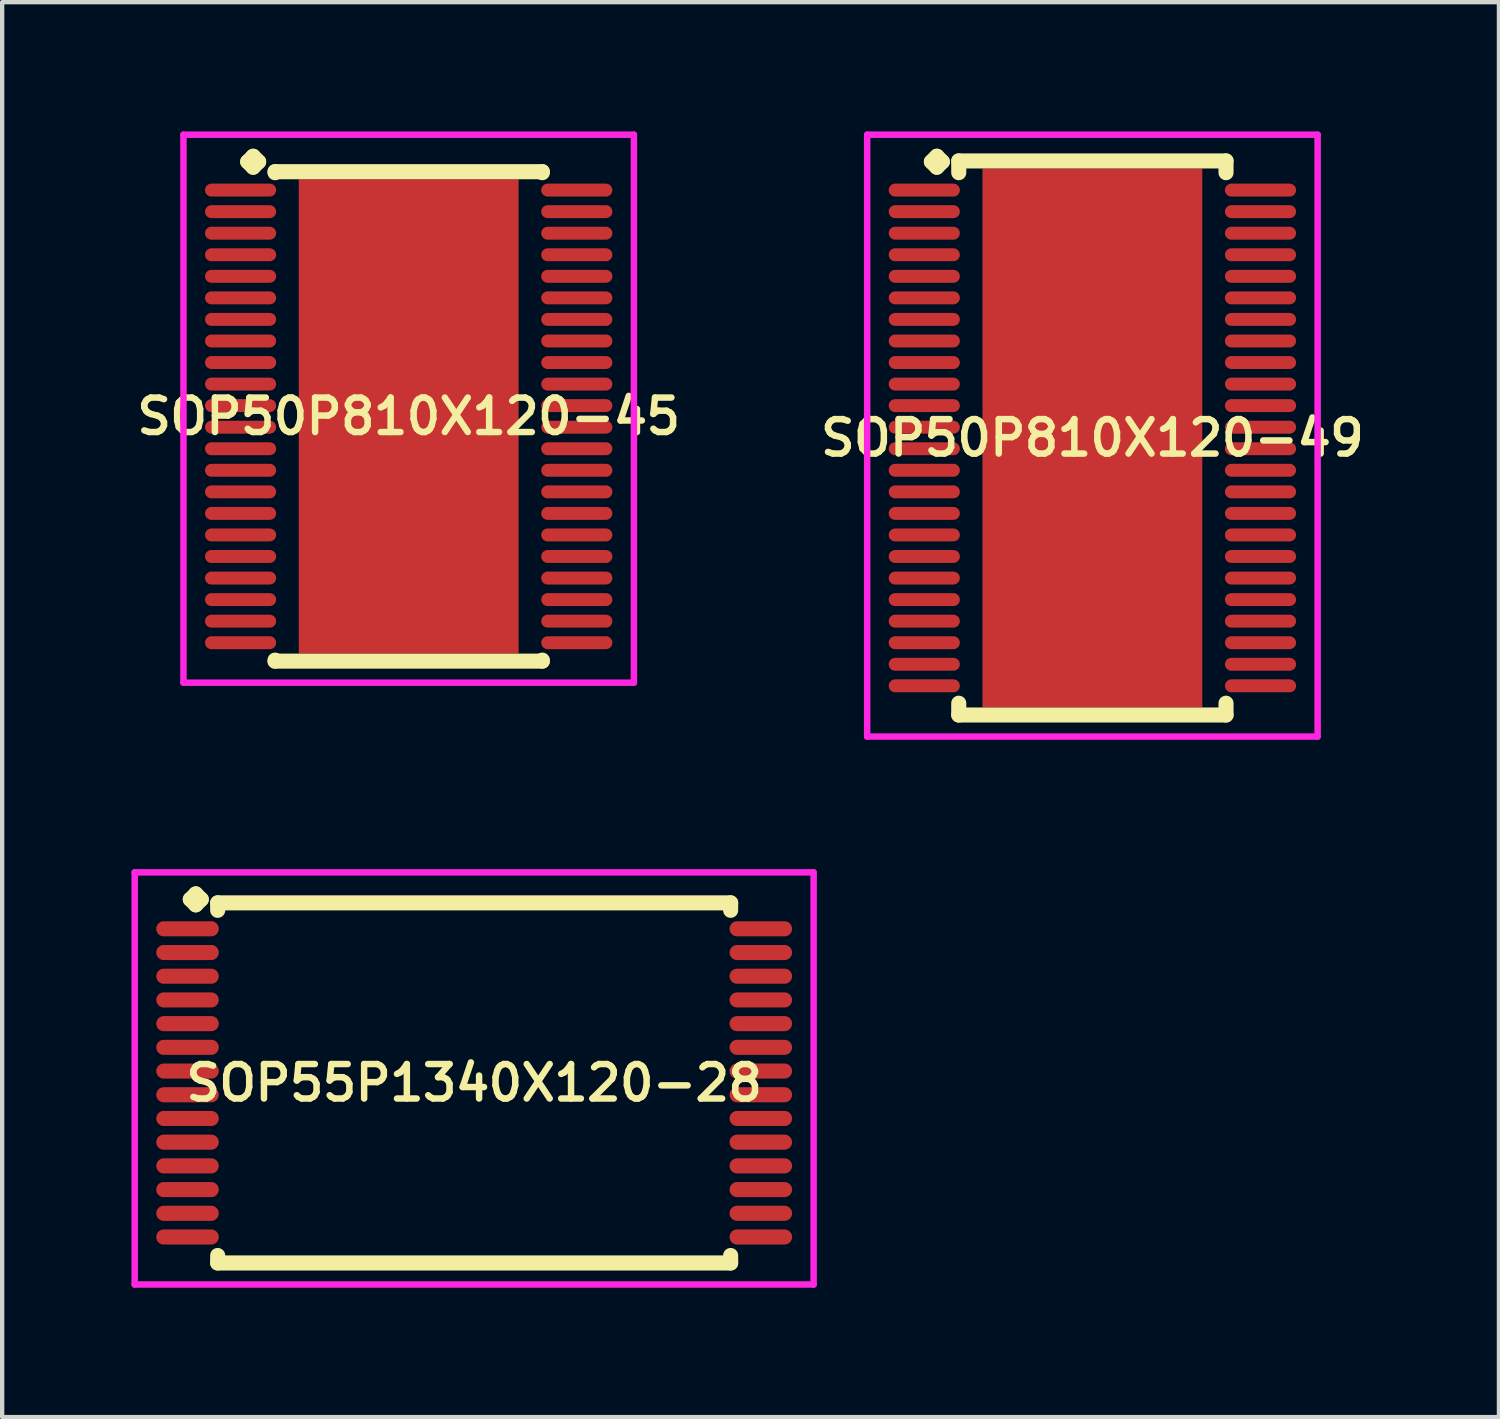
<source format=kicad_pcb>
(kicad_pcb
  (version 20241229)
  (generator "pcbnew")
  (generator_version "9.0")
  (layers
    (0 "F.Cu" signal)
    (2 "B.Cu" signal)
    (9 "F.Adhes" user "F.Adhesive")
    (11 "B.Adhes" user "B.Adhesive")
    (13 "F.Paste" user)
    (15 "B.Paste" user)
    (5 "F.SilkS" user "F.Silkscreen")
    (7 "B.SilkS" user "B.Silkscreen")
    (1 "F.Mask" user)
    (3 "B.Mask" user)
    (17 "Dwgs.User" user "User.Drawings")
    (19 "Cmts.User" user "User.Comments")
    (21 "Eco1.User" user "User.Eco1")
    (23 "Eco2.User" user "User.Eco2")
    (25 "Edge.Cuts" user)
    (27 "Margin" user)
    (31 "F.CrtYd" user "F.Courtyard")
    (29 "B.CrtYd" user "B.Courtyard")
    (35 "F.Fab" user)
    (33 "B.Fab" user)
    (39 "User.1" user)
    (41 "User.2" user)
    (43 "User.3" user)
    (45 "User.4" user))
  (footprint "SOP50P810X120-45"
    (layer "F.Cu")
    (at 6.431 6.61)
    (property "Reference" "SOP50P810X120-45" (at 0 0 0) (layer "F.SilkS") (effects (font (size 0.8 0.8) (thickness 0.15))))
    (attr smd)
    (fp_line (start -3.735 -5.908) (end -3.608 -6.035) (stroke (width 0.35) (type solid)) (layer "F.SilkS"))
    (fp_line (start -3.608 -6.035) (end -3.481 -5.908) (stroke (width 0.35) (type solid)) (layer "F.SilkS"))
    (fp_line (start -3.608 -5.781) (end -3.735 -5.908) (stroke (width 0.35) (type solid)) (layer "F.SilkS"))
    (fp_line (start -3.481 -5.908) (end -3.608 -5.781) (stroke (width 0.35) (type solid)) (layer "F.SilkS"))
    (fp_line (start -3.1 -5.677) (end 3.1 -5.677) (stroke (width 0.35) (type solid)) (layer "F.SilkS"))
    (fp_line (start -3.1 -5.654) (end -3.1 -5.677) (stroke (width 0.35) (type solid)) (layer "F.SilkS"))
    (fp_line (start -3.1 5.654) (end -3.1 5.677) (stroke (width 0.35) (type solid)) (layer "F.SilkS"))
    (fp_line (start -3.1 5.677) (end 3.1 5.677) (stroke (width 0.35) (type solid)) (layer "F.SilkS"))
    (fp_line (start 3.1 -5.677) (end 3.1 -5.654) (stroke (width 0.35) (type solid)) (layer "F.SilkS"))
    (fp_line (start 3.1 5.677) (end 3.1 5.654) (stroke (width 0.35) (type solid)) (layer "F.SilkS"))
    (fp_line (start -5.225 -6.535) (end 5.225 -6.535) (stroke (width 0.15) (type solid)) (layer "F.CrtYd"))
    (fp_line (start -5.225 6.177) (end -5.225 -6.535) (stroke (width 0.15) (type solid)) (layer "F.CrtYd"))
    (fp_line (start 5.225 -6.535) (end 5.225 6.177) (stroke (width 0.15) (type solid)) (layer "F.CrtYd"))
    (fp_line (start 5.225 6.177) (end -5.225 6.177) (stroke (width 0.15) (type solid)) (layer "F.CrtYd"))
    (pad "1" smd oval (at -3.9 -5.25) (size 1.65 0.3) (layers "F.Cu" "F.Mask" "F.Paste"))
    (pad "2" smd oval (at -3.9 -4.75) (size 1.65 0.3) (layers "F.Cu" "F.Mask" "F.Paste"))
    (pad "3" smd oval (at -3.9 -4.25) (size 1.65 0.3) (layers "F.Cu" "F.Mask" "F.Paste"))
    (pad "4" smd oval (at -3.9 -3.75) (size 1.65 0.3) (layers "F.Cu" "F.Mask" "F.Paste"))
    (pad "5" smd oval (at -3.9 -3.25) (size 1.65 0.3) (layers "F.Cu" "F.Mask" "F.Paste"))
    (pad "6" smd oval (at -3.9 -2.75) (size 1.65 0.3) (layers "F.Cu" "F.Mask" "F.Paste"))
    (pad "7" smd oval (at -3.9 -2.25) (size 1.65 0.3) (layers "F.Cu" "F.Mask" "F.Paste"))
    (pad "8" smd oval (at -3.9 -1.75) (size 1.65 0.3) (layers "F.Cu" "F.Mask" "F.Paste"))
    (pad "9" smd oval (at -3.9 -1.25) (size 1.65 0.3) (layers "F.Cu" "F.Mask" "F.Paste"))
    (pad "10" smd oval (at -3.9 -0.75) (size 1.65 0.3) (layers "F.Cu" "F.Mask" "F.Paste"))
    (pad "11" smd oval (at -3.9 -0.25) (size 1.65 0.3) (layers "F.Cu" "F.Mask" "F.Paste"))
    (pad "12" smd oval (at -3.9 0.25) (size 1.65 0.3) (layers "F.Cu" "F.Mask" "F.Paste"))
    (pad "13" smd oval (at -3.9 0.75) (size 1.65 0.3) (layers "F.Cu" "F.Mask" "F.Paste"))
    (pad "14" smd oval (at -3.9 1.25) (size 1.65 0.3) (layers "F.Cu" "F.Mask" "F.Paste"))
    (pad "15" smd oval (at -3.9 1.75) (size 1.65 0.3) (layers "F.Cu" "F.Mask" "F.Paste"))
    (pad "16" smd oval (at -3.9 2.25) (size 1.65 0.3) (layers "F.Cu" "F.Mask" "F.Paste"))
    (pad "17" smd oval (at -3.9 2.75) (size 1.65 0.3) (layers "F.Cu" "F.Mask" "F.Paste"))
    (pad "18" smd oval (at -3.9 3.25) (size 1.65 0.3) (layers "F.Cu" "F.Mask" "F.Paste"))
    (pad "19" smd oval (at -3.9 3.75) (size 1.65 0.3) (layers "F.Cu" "F.Mask" "F.Paste"))
    (pad "20" smd oval (at -3.9 4.25) (size 1.65 0.3) (layers "F.Cu" "F.Mask" "F.Paste"))
    (pad "21" smd oval (at -3.9 4.75) (size 1.65 0.3) (layers "F.Cu" "F.Mask" "F.Paste"))
    (pad "22" smd oval (at -3.9 5.25) (size 1.65 0.3) (layers "F.Cu" "F.Mask" "F.Paste"))
    (pad "23" smd oval (at 3.9 5.25) (size 1.65 0.3) (layers "F.Cu" "F.Mask" "F.Paste"))
    (pad "24" smd oval (at 3.9 4.75) (size 1.65 0.3) (layers "F.Cu" "F.Mask" "F.Paste"))
    (pad "25" smd oval (at 3.9 4.25) (size 1.65 0.3) (layers "F.Cu" "F.Mask" "F.Paste"))
    (pad "26" smd oval (at 3.9 3.75) (size 1.65 0.3) (layers "F.Cu" "F.Mask" "F.Paste"))
    (pad "27" smd oval (at 3.9 3.25) (size 1.65 0.3) (layers "F.Cu" "F.Mask" "F.Paste"))
    (pad "28" smd oval (at 3.9 2.75) (size 1.65 0.3) (layers "F.Cu" "F.Mask" "F.Paste"))
    (pad "29" smd oval (at 3.9 2.25) (size 1.65 0.3) (layers "F.Cu" "F.Mask" "F.Paste"))
    (pad "30" smd oval (at 3.9 1.75) (size 1.65 0.3) (layers "F.Cu" "F.Mask" "F.Paste"))
    (pad "31" smd oval (at 3.9 1.25) (size 1.65 0.3) (layers "F.Cu" "F.Mask" "F.Paste"))
    (pad "32" smd oval (at 3.9 0.75) (size 1.65 0.3) (layers "F.Cu" "F.Mask" "F.Paste"))
    (pad "33" smd oval (at 3.9 0.25) (size 1.65 0.3) (layers "F.Cu" "F.Mask" "F.Paste"))
    (pad "34" smd oval (at 3.9 -0.25) (size 1.65 0.3) (layers "F.Cu" "F.Mask" "F.Paste"))
    (pad "35" smd oval (at 3.9 -0.75) (size 1.65 0.3) (layers "F.Cu" "F.Mask" "F.Paste"))
    (pad "36" smd oval (at 3.9 -1.25) (size 1.65 0.3) (layers "F.Cu" "F.Mask" "F.Paste"))
    (pad "37" smd oval (at 3.9 -1.75) (size 1.65 0.3) (layers "F.Cu" "F.Mask" "F.Paste"))
    (pad "38" smd oval (at 3.9 -2.25) (size 1.65 0.3) (layers "F.Cu" "F.Mask" "F.Paste"))
    (pad "39" smd oval (at 3.9 -2.75) (size 1.65 0.3) (layers "F.Cu" "F.Mask" "F.Paste"))
    (pad "40" smd oval (at 3.9 -3.25) (size 1.65 0.3) (layers "F.Cu" "F.Mask" "F.Paste"))
    (pad "41" smd oval (at 3.9 -3.75) (size 1.65 0.3) (layers "F.Cu" "F.Mask" "F.Paste"))
    (pad "42" smd oval (at 3.9 -4.25) (size 1.65 0.3) (layers "F.Cu" "F.Mask" "F.Paste"))
    (pad "43" smd oval (at 3.9 -4.75) (size 1.65 0.3) (layers "F.Cu" "F.Mask" "F.Paste"))
    (pad "44" smd oval (at 3.9 -5.25) (size 1.65 0.3) (layers "F.Cu" "F.Mask" "F.Paste"))
    (pad "45" smd rect (at 0 0) (size 5.1 11) (layers "F.Cu" "F.Mask" "F.Paste")))
  (footprint "SOP55P1340X120-28"
    (layer "F.Cu")
    (at 7.95 22.072)
    (property "Reference" "SOP55P1340X120-28" (at 0 0 0) (layer "F.SilkS") (effects (font (size 0.8 0.8) (thickness 0.15))))
    (attr smd)
    (fp_line (start -6.585 -4.258) (end -6.458 -4.385) (stroke (width 0.35) (type solid)) (layer "F.SilkS"))
    (fp_line (start -6.458 -4.385) (end -6.331 -4.258) (stroke (width 0.35) (type solid)) (layer "F.SilkS"))
    (fp_line (start -6.458 -4.131) (end -6.585 -4.258) (stroke (width 0.35) (type solid)) (layer "F.SilkS"))
    (fp_line (start -6.331 -4.258) (end -6.458 -4.131) (stroke (width 0.35) (type solid)) (layer "F.SilkS"))
    (fp_line (start -5.95 -4.177) (end 5.95 -4.177) (stroke (width 0.35) (type solid)) (layer "F.SilkS"))
    (fp_line (start -5.95 -4.004) (end -5.95 -4.177) (stroke (width 0.35) (type solid)) (layer "F.SilkS"))
    (fp_line (start -5.95 4.004) (end -5.95 4.177) (stroke (width 0.35) (type solid)) (layer "F.SilkS"))
    (fp_line (start -5.95 4.177) (end 5.95 4.177) (stroke (width 0.35) (type solid)) (layer "F.SilkS"))
    (fp_line (start 5.95 -4.177) (end 5.95 -4.004) (stroke (width 0.35) (type solid)) (layer "F.SilkS"))
    (fp_line (start 5.95 4.177) (end 5.95 4.004) (stroke (width 0.35) (type solid)) (layer "F.SilkS"))
    (fp_line (start -7.875 -4.885) (end 7.875 -4.885) (stroke (width 0.15) (type solid)) (layer "F.CrtYd"))
    (fp_line (start -7.875 4.677) (end -7.875 -4.885) (stroke (width 0.15) (type solid)) (layer "F.CrtYd"))
    (fp_line (start 7.875 -4.885) (end 7.875 4.677) (stroke (width 0.15) (type solid)) (layer "F.CrtYd"))
    (fp_line (start 7.875 4.677) (end -7.875 4.677) (stroke (width 0.15) (type solid)) (layer "F.CrtYd"))
    (pad "1" smd oval (at -6.65 -3.575) (size 1.45 0.35) (layers "F.Cu" "F.Mask" "F.Paste"))
    (pad "2" smd oval (at -6.65 -3.025) (size 1.45 0.35) (layers "F.Cu" "F.Mask" "F.Paste"))
    (pad "3" smd oval (at -6.65 -2.475) (size 1.45 0.35) (layers "F.Cu" "F.Mask" "F.Paste"))
    (pad "4" smd oval (at -6.65 -1.925) (size 1.45 0.35) (layers "F.Cu" "F.Mask" "F.Paste"))
    (pad "5" smd oval (at -6.65 -1.375) (size 1.45 0.35) (layers "F.Cu" "F.Mask" "F.Paste"))
    (pad "6" smd oval (at -6.65 -0.825) (size 1.45 0.35) (layers "F.Cu" "F.Mask" "F.Paste"))
    (pad "7" smd oval (at -6.65 -0.275) (size 1.45 0.35) (layers "F.Cu" "F.Mask" "F.Paste"))
    (pad "8" smd oval (at -6.65 0.275) (size 1.45 0.35) (layers "F.Cu" "F.Mask" "F.Paste"))
    (pad "9" smd oval (at -6.65 0.825) (size 1.45 0.35) (layers "F.Cu" "F.Mask" "F.Paste"))
    (pad "10" smd oval (at -6.65 1.375) (size 1.45 0.35) (layers "F.Cu" "F.Mask" "F.Paste"))
    (pad "11" smd oval (at -6.65 1.925) (size 1.45 0.35) (layers "F.Cu" "F.Mask" "F.Paste"))
    (pad "12" smd oval (at -6.65 2.475) (size 1.45 0.35) (layers "F.Cu" "F.Mask" "F.Paste"))
    (pad "13" smd oval (at -6.65 3.025) (size 1.45 0.35) (layers "F.Cu" "F.Mask" "F.Paste"))
    (pad "14" smd oval (at -6.65 3.575) (size 1.45 0.35) (layers "F.Cu" "F.Mask" "F.Paste"))
    (pad "15" smd oval (at 6.65 3.575) (size 1.45 0.35) (layers "F.Cu" "F.Mask" "F.Paste"))
    (pad "16" smd oval (at 6.65 3.025) (size 1.45 0.35) (layers "F.Cu" "F.Mask" "F.Paste"))
    (pad "17" smd oval (at 6.65 2.475) (size 1.45 0.35) (layers "F.Cu" "F.Mask" "F.Paste"))
    (pad "18" smd oval (at 6.65 1.925) (size 1.45 0.35) (layers "F.Cu" "F.Mask" "F.Paste"))
    (pad "19" smd oval (at 6.65 1.375) (size 1.45 0.35) (layers "F.Cu" "F.Mask" "F.Paste"))
    (pad "20" smd oval (at 6.65 0.825) (size 1.45 0.35) (layers "F.Cu" "F.Mask" "F.Paste"))
    (pad "21" smd oval (at 6.65 0.275) (size 1.45 0.35) (layers "F.Cu" "F.Mask" "F.Paste"))
    (pad "22" smd oval (at 6.65 -0.275) (size 1.45 0.35) (layers "F.Cu" "F.Mask" "F.Paste"))
    (pad "23" smd oval (at 6.65 -0.825) (size 1.45 0.35) (layers "F.Cu" "F.Mask" "F.Paste"))
    (pad "24" smd oval (at 6.65 -1.375) (size 1.45 0.35) (layers "F.Cu" "F.Mask" "F.Paste"))
    (pad "25" smd oval (at 6.65 -1.925) (size 1.45 0.35) (layers "F.Cu" "F.Mask" "F.Paste"))
    (pad "26" smd oval (at 6.65 -2.475) (size 1.45 0.35) (layers "F.Cu" "F.Mask" "F.Paste"))
    (pad "27" smd oval (at 6.65 -3.025) (size 1.45 0.35) (layers "F.Cu" "F.Mask" "F.Paste"))
    (pad "28" smd oval (at 6.65 -3.575) (size 1.45 0.35) (layers "F.Cu" "F.Mask" "F.Paste")))
  (footprint "SOP50P810X120-49"
    (layer "F.Cu")
    (at 22.292 7.11)
    (property "Reference" "SOP50P810X120-49" (at 0 0 0) (layer "F.SilkS") (effects (font (size 0.8 0.8) (thickness 0.15))))
    (attr smd)
    (fp_line (start -3.735 -6.408) (end -3.608 -6.535) (stroke (width 0.35) (type solid)) (layer "F.SilkS"))
    (fp_line (start -3.608 -6.535) (end -3.481 -6.408) (stroke (width 0.35) (type solid)) (layer "F.SilkS"))
    (fp_line (start -3.608 -6.281) (end -3.735 -6.408) (stroke (width 0.35) (type solid)) (layer "F.SilkS"))
    (fp_line (start -3.481 -6.408) (end -3.608 -6.281) (stroke (width 0.35) (type solid)) (layer "F.SilkS"))
    (fp_line (start -3.1 -6.427) (end 3.1 -6.427) (stroke (width 0.35) (type solid)) (layer "F.SilkS"))
    (fp_line (start -3.1 -6.154) (end -3.1 -6.427) (stroke (width 0.35) (type solid)) (layer "F.SilkS"))
    (fp_line (start -3.1 6.154) (end -3.1 6.427) (stroke (width 0.35) (type solid)) (layer "F.SilkS"))
    (fp_line (start -3.1 6.427) (end 3.1 6.427) (stroke (width 0.35) (type solid)) (layer "F.SilkS"))
    (fp_line (start 3.1 -6.427) (end 3.1 -6.154) (stroke (width 0.35) (type solid)) (layer "F.SilkS"))
    (fp_line (start 3.1 6.427) (end 3.1 6.154) (stroke (width 0.35) (type solid)) (layer "F.SilkS"))
    (fp_line (start -5.225 -7.035) (end 5.225 -7.035) (stroke (width 0.15) (type solid)) (layer "F.CrtYd"))
    (fp_line (start -5.225 6.927) (end -5.225 -7.035) (stroke (width 0.15) (type solid)) (layer "F.CrtYd"))
    (fp_line (start 5.225 -7.035) (end 5.225 6.927) (stroke (width 0.15) (type solid)) (layer "F.CrtYd"))
    (fp_line (start 5.225 6.927) (end -5.225 6.927) (stroke (width 0.15) (type solid)) (layer "F.CrtYd"))
    (pad "1" smd oval (at -3.9 -5.75) (size 1.65 0.3) (layers "F.Cu" "F.Mask" "F.Paste"))
    (pad "2" smd oval (at -3.9 -5.25) (size 1.65 0.3) (layers "F.Cu" "F.Mask" "F.Paste"))
    (pad "3" smd oval (at -3.9 -4.75) (size 1.65 0.3) (layers "F.Cu" "F.Mask" "F.Paste"))
    (pad "4" smd oval (at -3.9 -4.25) (size 1.65 0.3) (layers "F.Cu" "F.Mask" "F.Paste"))
    (pad "5" smd oval (at -3.9 -3.75) (size 1.65 0.3) (layers "F.Cu" "F.Mask" "F.Paste"))
    (pad "6" smd oval (at -3.9 -3.25) (size 1.65 0.3) (layers "F.Cu" "F.Mask" "F.Paste"))
    (pad "7" smd oval (at -3.9 -2.75) (size 1.65 0.3) (layers "F.Cu" "F.Mask" "F.Paste"))
    (pad "8" smd oval (at -3.9 -2.25) (size 1.65 0.3) (layers "F.Cu" "F.Mask" "F.Paste"))
    (pad "9" smd oval (at -3.9 -1.75) (size 1.65 0.3) (layers "F.Cu" "F.Mask" "F.Paste"))
    (pad "10" smd oval (at -3.9 -1.25) (size 1.65 0.3) (layers "F.Cu" "F.Mask" "F.Paste"))
    (pad "11" smd oval (at -3.9 -0.75) (size 1.65 0.3) (layers "F.Cu" "F.Mask" "F.Paste"))
    (pad "12" smd oval (at -3.9 -0.25) (size 1.65 0.3) (layers "F.Cu" "F.Mask" "F.Paste"))
    (pad "13" smd oval (at -3.9 0.25) (size 1.65 0.3) (layers "F.Cu" "F.Mask" "F.Paste"))
    (pad "14" smd oval (at -3.9 0.75) (size 1.65 0.3) (layers "F.Cu" "F.Mask" "F.Paste"))
    (pad "15" smd oval (at -3.9 1.25) (size 1.65 0.3) (layers "F.Cu" "F.Mask" "F.Paste"))
    (pad "16" smd oval (at -3.9 1.75) (size 1.65 0.3) (layers "F.Cu" "F.Mask" "F.Paste"))
    (pad "17" smd oval (at -3.9 2.25) (size 1.65 0.3) (layers "F.Cu" "F.Mask" "F.Paste"))
    (pad "18" smd oval (at -3.9 2.75) (size 1.65 0.3) (layers "F.Cu" "F.Mask" "F.Paste"))
    (pad "19" smd oval (at -3.9 3.25) (size 1.65 0.3) (layers "F.Cu" "F.Mask" "F.Paste"))
    (pad "20" smd oval (at -3.9 3.75) (size 1.65 0.3) (layers "F.Cu" "F.Mask" "F.Paste"))
    (pad "21" smd oval (at -3.9 4.25) (size 1.65 0.3) (layers "F.Cu" "F.Mask" "F.Paste"))
    (pad "22" smd oval (at -3.9 4.75) (size 1.65 0.3) (layers "F.Cu" "F.Mask" "F.Paste"))
    (pad "23" smd oval (at -3.9 5.25) (size 1.65 0.3) (layers "F.Cu" "F.Mask" "F.Paste"))
    (pad "24" smd oval (at -3.9 5.75) (size 1.65 0.3) (layers "F.Cu" "F.Mask" "F.Paste"))
    (pad "25" smd oval (at 3.9 5.75) (size 1.65 0.3) (layers "F.Cu" "F.Mask" "F.Paste"))
    (pad "26" smd oval (at 3.9 5.25) (size 1.65 0.3) (layers "F.Cu" "F.Mask" "F.Paste"))
    (pad "27" smd oval (at 3.9 4.75) (size 1.65 0.3) (layers "F.Cu" "F.Mask" "F.Paste"))
    (pad "28" smd oval (at 3.9 4.25) (size 1.65 0.3) (layers "F.Cu" "F.Mask" "F.Paste"))
    (pad "29" smd oval (at 3.9 3.75) (size 1.65 0.3) (layers "F.Cu" "F.Mask" "F.Paste"))
    (pad "30" smd oval (at 3.9 3.25) (size 1.65 0.3) (layers "F.Cu" "F.Mask" "F.Paste"))
    (pad "31" smd oval (at 3.9 2.75) (size 1.65 0.3) (layers "F.Cu" "F.Mask" "F.Paste"))
    (pad "32" smd oval (at 3.9 2.25) (size 1.65 0.3) (layers "F.Cu" "F.Mask" "F.Paste"))
    (pad "33" smd oval (at 3.9 1.75) (size 1.65 0.3) (layers "F.Cu" "F.Mask" "F.Paste"))
    (pad "34" smd oval (at 3.9 1.25) (size 1.65 0.3) (layers "F.Cu" "F.Mask" "F.Paste"))
    (pad "35" smd oval (at 3.9 0.75) (size 1.65 0.3) (layers "F.Cu" "F.Mask" "F.Paste"))
    (pad "36" smd oval (at 3.9 0.25) (size 1.65 0.3) (layers "F.Cu" "F.Mask" "F.Paste"))
    (pad "37" smd oval (at 3.9 -0.25) (size 1.65 0.3) (layers "F.Cu" "F.Mask" "F.Paste"))
    (pad "38" smd oval (at 3.9 -0.75) (size 1.65 0.3) (layers "F.Cu" "F.Mask" "F.Paste"))
    (pad "39" smd oval (at 3.9 -1.25) (size 1.65 0.3) (layers "F.Cu" "F.Mask" "F.Paste"))
    (pad "40" smd oval (at 3.9 -1.75) (size 1.65 0.3) (layers "F.Cu" "F.Mask" "F.Paste"))
    (pad "41" smd oval (at 3.9 -2.25) (size 1.65 0.3) (layers "F.Cu" "F.Mask" "F.Paste"))
    (pad "42" smd oval (at 3.9 -2.75) (size 1.65 0.3) (layers "F.Cu" "F.Mask" "F.Paste"))
    (pad "43" smd oval (at 3.9 -3.25) (size 1.65 0.3) (layers "F.Cu" "F.Mask" "F.Paste"))
    (pad "44" smd oval (at 3.9 -3.75) (size 1.65 0.3) (layers "F.Cu" "F.Mask" "F.Paste"))
    (pad "45" smd oval (at 3.9 -4.25) (size 1.65 0.3) (layers "F.Cu" "F.Mask" "F.Paste"))
    (pad "46" smd oval (at 3.9 -4.75) (size 1.65 0.3) (layers "F.Cu" "F.Mask" "F.Paste"))
    (pad "47" smd oval (at 3.9 -5.25) (size 1.65 0.3) (layers "F.Cu" "F.Mask" "F.Paste"))
    (pad "48" smd oval (at 3.9 -5.75) (size 1.65 0.3) (layers "F.Cu" "F.Mask" "F.Paste"))
    (pad "49" smd rect (at 0 0) (size 5.1 12.5) (layers "F.Cu" "F.Mask" "F.Paste")))
  (gr_rect
    (start -3 -3)
    (end 31.723 29.824)
    (stroke (width 0.1) (type default))
    (fill no)
    (layer "Edge.Cuts")))
</source>
